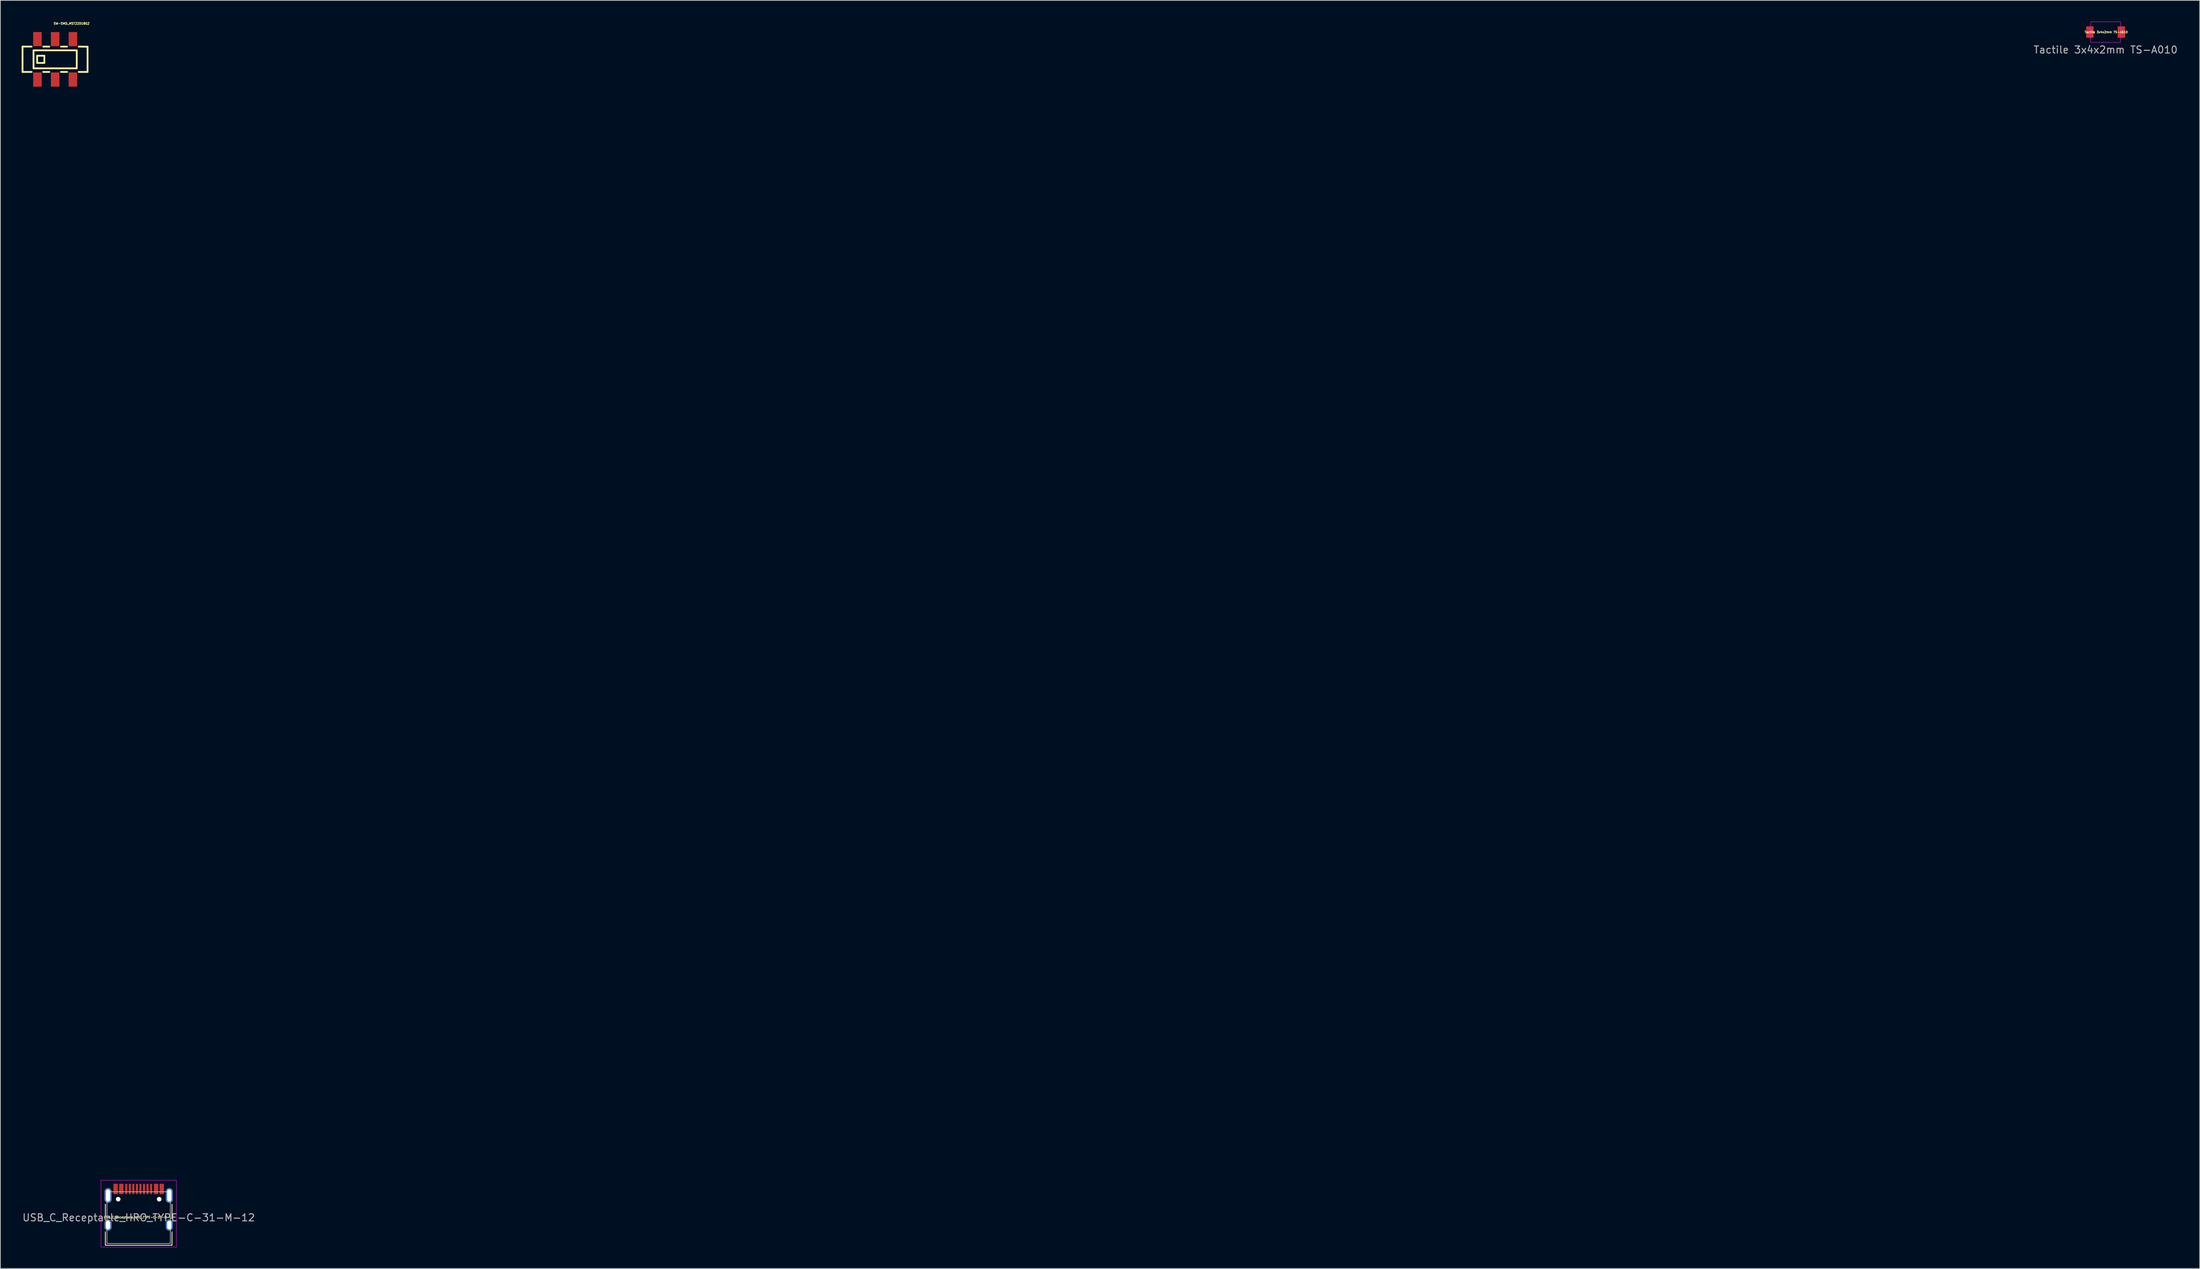
<source format=kicad_pcb>
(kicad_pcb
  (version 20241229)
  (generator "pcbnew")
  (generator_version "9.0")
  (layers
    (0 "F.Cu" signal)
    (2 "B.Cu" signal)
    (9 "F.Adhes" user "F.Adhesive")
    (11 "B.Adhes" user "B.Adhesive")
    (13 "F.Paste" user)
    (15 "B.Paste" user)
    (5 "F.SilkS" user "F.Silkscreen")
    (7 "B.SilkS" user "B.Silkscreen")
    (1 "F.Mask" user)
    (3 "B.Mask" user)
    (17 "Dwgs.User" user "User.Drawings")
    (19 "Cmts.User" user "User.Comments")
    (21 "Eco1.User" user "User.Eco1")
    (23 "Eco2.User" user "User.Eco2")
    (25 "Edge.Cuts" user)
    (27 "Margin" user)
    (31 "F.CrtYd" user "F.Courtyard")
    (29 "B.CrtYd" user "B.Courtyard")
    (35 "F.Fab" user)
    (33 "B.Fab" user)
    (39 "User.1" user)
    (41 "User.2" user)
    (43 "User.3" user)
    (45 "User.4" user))
  (footprint "SW-SMD_MST22D18G2"
    (layer "F.Cu")
    (at 4.727 5.322)
    (property "Reference" "SW-SMD_MST22D18G2" (at -0.254 -5.232 0) (unlocked yes) (layer "F.SilkS") (effects (font (size 0.3 0.3) (thickness 0.075)) (justify left top)))
    (attr smd)
    (fp_line (start -4.6 -1.8) (end -4.6 1.778) (stroke (width 0.254) (type default)) (layer "F.SilkS"))
    (fp_line (start -4.6 -1.8) (end -3.326 -1.8) (stroke (width 0.254) (type default)) (layer "F.SilkS"))
    (fp_line (start -3.319 1.778) (end -4.6 1.778) (stroke (width 0.254) (type default)) (layer "F.SilkS"))
    (fp_line (start -3.048 -1.27) (end 3.048 -1.27) (stroke (width 0.254) (type default)) (layer "F.SilkS"))
    (fp_line (start -3.048 1.27) (end -3.048 -1.27) (stroke (width 0.254) (type default)) (layer "F.SilkS"))
    (fp_line (start -2.54 -0.508) (end -1.524 -0.508) (stroke (width 0.254) (type default)) (layer "F.SilkS"))
    (fp_line (start -2.54 0.508) (end -2.54 -0.508) (stroke (width 0.254) (type default)) (layer "F.SilkS"))
    (fp_line (start -1.674 -1.8) (end -0.826 -1.8) (stroke (width 0.254) (type default)) (layer "F.SilkS"))
    (fp_line (start -1.524 -0.508) (end -1.524 0.508) (stroke (width 0.254) (type default)) (layer "F.SilkS"))
    (fp_line (start -1.524 0.508) (end -2.54 0.508) (stroke (width 0.254) (type default)) (layer "F.SilkS"))
    (fp_line (start -0.82 1.778) (end -1.681 1.778) (stroke (width 0.254) (type default)) (layer "F.SilkS"))
    (fp_line (start 0.826 -1.8) (end 1.674 -1.8) (stroke (width 0.254) (type default)) (layer "F.SilkS"))
    (fp_line (start 1.681 1.778) (end 0.82 1.778) (stroke (width 0.254) (type default)) (layer "F.SilkS"))
    (fp_line (start 3.048 -1.27) (end 3.048 1.27) (stroke (width 0.254) (type default)) (layer "F.SilkS"))
    (fp_line (start 3.048 1.27) (end -3.048 1.27) (stroke (width 0.254) (type default)) (layer "F.SilkS"))
    (fp_line (start 3.326 -1.8) (end 4.572 -1.778) (stroke (width 0.254) (type default)) (layer "F.SilkS"))
    (fp_line (start 4.572 1.778) (end 3.319 1.778) (stroke (width 0.254) (type default)) (layer "F.SilkS"))
    (fp_line (start 4.572 1.778) (end 4.572 -1.8) (stroke (width 0.254) (type default)) (layer "F.SilkS"))
    (fp_circle (center -4.55 -3.425) (end -4.52 -3.425) (stroke (width 0.06) (type default)) (fill no) (layer "User.5"))
    (pad "1" smd rect (at -2.5 -2.85 180) (size 1.2 2) (layers "F.Cu" "F.Mask" "F.Paste"))
    (pad "2" smd rect (at 0 -2.85 180) (size 1.2 2) (layers "F.Cu" "F.Mask" "F.Paste"))
    (pad "3" smd rect (at 2.5 -2.85 180) (size 1.2 2) (layers "F.Cu" "F.Mask" "F.Paste"))
    (pad "4" smd rect (at -2.5 2.85 180) (size 1.2 2) (layers "F.Cu" "F.Mask" "F.Paste"))
    (pad "5" smd rect (at 0 2.85 180) (size 1.2 2) (layers "F.Cu" "F.Mask" "F.Paste"))
    (pad "6" smd rect (at 2.5 2.85 180) (size 1.2 2) (layers "F.Cu" "F.Mask" "F.Paste"))
    (zone (net_name "") (layer "Dwgs.User") (hatch edge 0.5) (priority 100) (connect_pads yes) (min_thickness 0) (filled_areas_thickness no) (fill yes) (polygon (pts (xy 273.798 156.522) (xy 273.798 157.538) (xy 275.576 157.538) (xy 275.576 156.522))) (filled_polygon (layer "Dwgs.User") (island) (pts (xy 273.798 156.522) (xy 273.798 157.538) (xy 275.576 157.538) (xy 275.576 156.522))))
    (zone (net_name "") (layer "Dwgs.User") (hatch edge 0.5) (priority 100) (connect_pads yes) (min_thickness 0) (filled_areas_thickness no) (fill yes) (polygon (pts (xy 273.544 156.014) (xy 273.29 156.014) (xy 273.29 158.046) (xy 278.878 158.046) (xy 278.878 156.014) (xy 278.624 156.014) (xy 278.624 157.792) (xy 273.544 157.792) (xy 273.544 156.268) (xy 278.37 156.268) (xy 278.37 156.014))) (filled_polygon (layer "Dwgs.User") (island) (pts (xy 273.544 156.014) (xy 273.29 156.014) (xy 273.29 158.046) (xy 278.878 158.046) (xy 278.878 156.014) (xy 278.624 156.014) (xy 278.624 157.792) (xy 273.544 157.792) (xy 273.544 156.268) (xy 278.37 156.268) (xy 278.37 156.014))))
    (zone (net_name "") (layer "User.3") (hatch edge 0.5) (priority 100) (connect_pads yes) (min_thickness 0) (filled_areas_thickness no) (fill yes) (polygon (pts (xy 271.534 158.83) (xy 271.534 155.23) (xy 280.634 155.23) (xy 280.634 158.83))) (filled_polygon (layer "User.3") (island) (pts (xy 271.534 158.83) (xy 271.534 155.23) (xy 280.634 155.23) (xy 280.634 158.83))))
    (zone (net_name "") (layer "User.4") (hatch edge 0.5) (priority 100) (connect_pads yes) (min_thickness 0) (filled_areas_thickness no) (fill yes) (polygon (pts (xy 273.334 154.405) (xy 273.334 153.605) (xy 273.834 153.605) (xy 273.834 154.405))) (filled_polygon (layer "User.4") (island) (pts (xy 273.334 154.405) (xy 273.334 153.605) (xy 273.834 153.605) (xy 273.834 154.405))))
    (zone (net_name "") (layer "User.4") (hatch edge 0.5) (priority 100) (connect_pads) (min_thickness 0) (filled_areas_thickness no) (keepout (tracks allowed) (vias allowed) (pads allowed) (copperpour not_allowed) (footprints allowed)) (placement (enabled no)) (fill) (polygon (pts (xy 273.334 155.24) (xy 273.334 154.395) (xy 273.834 154.395) (xy 273.834 155.24))))
    (zone (net_name "") (layer "User.4") (hatch edge 0.5) (priority 100) (connect_pads) (min_thickness 0) (filled_areas_thickness no) (keepout (tracks allowed) (vias allowed) (pads allowed) (copperpour not_allowed) (footprints allowed)) (placement (enabled no)) (fill) (polygon (pts (xy 273.334 159.665) (xy 273.334 158.82) (xy 273.834 158.82) (xy 273.834 159.665))))
    (zone (net_name "") (layer "User.4") (hatch edge 0.5) (priority 100) (connect_pads yes) (min_thickness 0) (filled_areas_thickness no) (fill yes) (polygon (pts (xy 273.334 160.455) (xy 273.334 159.655) (xy 273.834 159.655) (xy 273.834 160.455))) (filled_polygon (layer "User.4") (island) (pts (xy 273.334 160.455) (xy 273.334 159.655) (xy 273.834 159.655) (xy 273.834 160.455))))
    (zone (net_name "") (layer "User.4") (hatch edge 0.5) (priority 100) (connect_pads yes) (min_thickness 0) (filled_areas_thickness no) (fill yes) (polygon (pts (xy 275.834 154.405) (xy 275.834 153.605) (xy 276.334 153.605) (xy 276.334 154.405))) (filled_polygon (layer "User.4") (island) (pts (xy 275.834 154.405) (xy 275.834 153.605) (xy 276.334 153.605) (xy 276.334 154.405))))
    (zone (net_name "") (layer "User.4") (hatch edge 0.5) (priority 100) (connect_pads) (min_thickness 0) (filled_areas_thickness no) (keepout (tracks allowed) (vias allowed) (pads allowed) (copperpour not_allowed) (footprints allowed)) (placement (enabled no)) (fill) (polygon (pts (xy 275.834 155.24) (xy 275.834 154.395) (xy 276.334 154.395) (xy 276.334 155.24))))
    (zone (net_name "") (layer "User.4") (hatch edge 0.5) (priority 100) (connect_pads) (min_thickness 0) (filled_areas_thickness no) (keepout (tracks allowed) (vias allowed) (pads allowed) (copperpour not_allowed) (footprints allowed)) (placement (enabled no)) (fill) (polygon (pts (xy 275.834 159.665) (xy 275.834 158.82) (xy 276.334 158.82) (xy 276.334 159.665))))
    (zone (net_name "") (layer "User.4") (hatch edge 0.5) (priority 100) (connect_pads yes) (min_thickness 0) (filled_areas_thickness no) (fill yes) (polygon (pts (xy 275.834 160.455) (xy 275.834 159.655) (xy 276.334 159.655) (xy 276.334 160.455))) (filled_polygon (layer "User.4") (island) (pts (xy 275.834 160.455) (xy 275.834 159.655) (xy 276.334 159.655) (xy 276.334 160.455))))
    (zone (net_name "") (layer "User.4") (hatch edge 0.5) (priority 100) (connect_pads yes) (min_thickness 0) (filled_areas_thickness no) (fill yes) (polygon (pts (xy 278.334 154.405) (xy 278.334 153.605) (xy 278.834 153.605) (xy 278.834 154.405))) (filled_polygon (layer "User.4") (island) (pts (xy 278.334 154.405) (xy 278.334 153.605) (xy 278.834 153.605) (xy 278.834 154.405))))
    (zone (net_name "") (layer "User.4") (hatch edge 0.5) (priority 100) (connect_pads) (min_thickness 0) (filled_areas_thickness no) (keepout (tracks allowed) (vias allowed) (pads allowed) (copperpour not_allowed) (footprints allowed)) (placement (enabled no)) (fill) (polygon (pts (xy 278.334 155.24) (xy 278.334 154.395) (xy 278.834 154.395) (xy 278.834 155.24))))
    (zone (net_name "") (layer "User.4") (hatch edge 0.5) (priority 100) (connect_pads) (min_thickness 0) (filled_areas_thickness no) (keepout (tracks allowed) (vias allowed) (pads allowed) (copperpour not_allowed) (footprints allowed)) (placement (enabled no)) (fill) (polygon (pts (xy 278.334 159.665) (xy 278.334 158.82) (xy 278.834 158.82) (xy 278.834 159.665))))
    (zone (net_name "") (layer "User.4") (hatch edge 0.5) (priority 100) (connect_pads yes) (min_thickness 0) (filled_areas_thickness no) (fill yes) (polygon (pts (xy 278.334 160.455) (xy 278.334 159.655) (xy 278.834 159.655) (xy 278.834 160.455))) (filled_polygon (layer "User.4") (island) (pts (xy 278.334 160.455) (xy 278.334 159.655) (xy 278.834 159.655) (xy 278.834 160.455)))))
  (footprint "Tactile 3x4x2mm TS-A010"
    (layer "F.Cu")
    (at 293.902 1.475)
    (property "Reference" "Tactile 3x4x2mm TS-A010" (at 0.068 0.004 0) (unlocked yes) (layer "F.SilkS") (effects (font (size 0.3 0.3) (thickness 0.075))))
    (attr smd)
    (fp_line (start -2.1 -1.45) (end 2.1 -1.45) (stroke (width 0.05) (type solid)) (layer "F.CrtYd"))
    (fp_line (start -2.1 0) (end -2.1 -1.45) (stroke (width 0.05) (type solid)) (layer "F.CrtYd"))
    (fp_line (start -2.1 1.45) (end -2.1 0) (stroke (width 0.05) (type solid)) (layer "F.CrtYd"))
    (fp_line (start 2.1 -1.45) (end 2.1 0) (stroke (width 0.05) (type solid)) (layer "F.CrtYd"))
    (fp_line (start 2.1 0) (end 2.1 1.45) (stroke (width 0.05) (type solid)) (layer "F.CrtYd"))
    (fp_line (start 2.1 1.45) (end -2.1 1.45) (stroke (width 0.05) (type solid)) (layer "F.CrtYd"))
    (fp_text user "${REFERENCE}" (at 0 2.5 0) (unlocked yes) (layer "F.Fab") (effects (font (size 1 1) (thickness 0.15))))
    (pad "1" smd rect (at -2.225 0) (size 1.05 1.6) (layers "F.Cu" "F.Mask" "F.Paste"))
    (pad "2" smd rect (at 2.225 0) (size 1.05 1.6) (layers "F.Cu" "F.Mask" "F.Paste")))
  (footprint "USB_C_Receptacle_HRO_TYPE-C-31-M-12"
    (layer "F.Cu")
    (at 16.506 168.75)
    (property "Reference" "USB_C_Receptacle_HRO_TYPE-C-31-M-12" (at 0.003 -0.051 0) (layer "F.SilkS") (effects (font (size 0.3 0.3) (thickness 0.075))))
    (attr smd)
    (fp_line (start -4.7 -1.9) (end -4.7 0.1) (stroke (width 0.12) (type solid)) (layer "F.SilkS"))
    (fp_line (start -4.7 2) (end -4.7 3.9) (stroke (width 0.12) (type solid)) (layer "F.SilkS"))
    (fp_line (start -4.7 3.9) (end 4.7 3.9) (stroke (width 0.12) (type solid)) (layer "F.SilkS"))
    (fp_line (start 4.7 2) (end 4.7 3.9) (stroke (width 0.12) (type solid)) (layer "F.SilkS"))
    (fp_line (start 4.7 -1.9) (end 4.7 0.1) (stroke (width 0.12) (type solid)) (layer "F.SilkS"))
    (fp_line (start -5.32 -5.27) (end -5.32 4.15) (stroke (width 0.05) (type solid)) (layer "F.CrtYd"))
    (fp_line (start -5.32 -5.27) (end 5.32 -5.27) (stroke (width 0.05) (type solid)) (layer "F.CrtYd"))
    (fp_line (start -5.32 4.15) (end 5.32 4.15) (stroke (width 0.05) (type solid)) (layer "F.CrtYd"))
    (fp_line (start 5.32 -5.27) (end 5.32 4.15) (stroke (width 0.05) (type solid)) (layer "F.CrtYd"))
    (fp_line (start -4.47 -3.65) (end -4.47 3.65) (stroke (width 0.1) (type solid)) (layer "F.Fab"))
    (fp_line (start -4.47 -3.65) (end 4.47 -3.65) (stroke (width 0.1) (type solid)) (layer "F.Fab"))
    (fp_line (start -4.47 3.65) (end 4.47 3.65) (stroke (width 0.1) (type solid)) (layer "F.Fab"))
    (fp_line (start 4.47 -3.65) (end 4.47 3.65) (stroke (width 0.1) (type solid)) (layer "F.Fab"))
    (fp_text user "${REFERENCE}" (at 0 0 0) (layer "F.Fab") (effects (font (size 1 1) (thickness 0.15))))
    (pad "" np_thru_hole circle (at -2.89 -2.6) (size 0.65 0.65) (drill 0.65) (layers "*.Cu" "*.Mask"))
    (pad "" np_thru_hole circle (at 2.89 -2.6) (size 0.65 0.65) (drill 0.65) (layers "*.Cu" "*.Mask"))
    (pad "A1" smd rect (at -3.25 -4.045) (size 0.6 1.45) (layers "F.Cu" "F.Mask" "F.Paste"))
    (pad "A4" smd rect (at -2.45 -4.045) (size 0.6 1.45) (layers "F.Cu" "F.Mask" "F.Paste"))
    (pad "A5" smd rect (at -1.25 -4.045) (size 0.3 1.45) (layers "F.Cu" "F.Mask" "F.Paste"))
    (pad "A6" smd rect (at -0.25 -4.045) (size 0.3 1.45) (layers "F.Cu" "F.Mask" "F.Paste"))
    (pad "A7" smd rect (at 0.25 -4.045) (size 0.3 1.45) (layers "F.Cu" "F.Mask" "F.Paste"))
    (pad "A8" smd rect (at 1.25 -4.045) (size 0.3 1.45) (layers "F.Cu" "F.Mask" "F.Paste"))
    (pad "A9" smd rect (at 2.45 -4.045) (size 0.6 1.45) (layers "F.Cu" "F.Mask" "F.Paste"))
    (pad "A12" smd rect (at 3.25 -4.045) (size 0.6 1.45) (layers "F.Cu" "F.Mask" "F.Paste"))
    (pad "B1" smd rect (at 3.25 -4.045) (size 0.6 1.45) (layers "F.Cu" "F.Mask" "F.Paste"))
    (pad "B4" smd rect (at 2.45 -4.045) (size 0.6 1.45) (layers "F.Cu" "F.Mask" "F.Paste"))
    (pad "B5" smd rect (at 1.75 -4.045) (size 0.3 1.45) (layers "F.Cu" "F.Mask" "F.Paste"))
    (pad "B6" smd rect (at 0.75 -4.045) (size 0.3 1.45) (layers "F.Cu" "F.Mask" "F.Paste"))
    (pad "B7" smd rect (at -0.75 -4.045) (size 0.3 1.45) (layers "F.Cu" "F.Mask" "F.Paste"))
    (pad "B8" smd rect (at -1.75 -4.045) (size 0.3 1.45) (layers "F.Cu" "F.Mask" "F.Paste"))
    (pad "B9" smd rect (at -2.45 -4.045) (size 0.6 1.45) (layers "F.Cu" "F.Mask" "F.Paste"))
    (pad "B12" smd rect (at -3.25 -4.045) (size 0.6 1.45) (layers "F.Cu" "F.Mask" "F.Paste"))
    (pad "S1" thru_hole oval (at -4.32 -3.13) (size 1 2.1) (drill oval 0.6 1.7) (layers "*.Cu" "*.Mask"))
    (pad "S1" thru_hole oval (at -4.32 1.05) (size 1 1.6) (drill oval 0.6 1.2) (layers "*.Cu" "*.Mask"))
    (pad "S1" thru_hole oval (at 4.32 -3.13) (size 1 2.1) (drill oval 0.6 1.7) (layers "*.Cu" "*.Mask"))
    (pad "S1" thru_hole oval (at 4.32 1.05) (size 1 1.6) (drill oval 0.6 1.2) (layers "*.Cu" "*.Mask")))
  (gr_rect
    (start -3 -3)
    (end 307.17 175.925)
    (stroke (width 0.1) (type default))
    (fill no)
    (layer "Edge.Cuts")))
</source>
